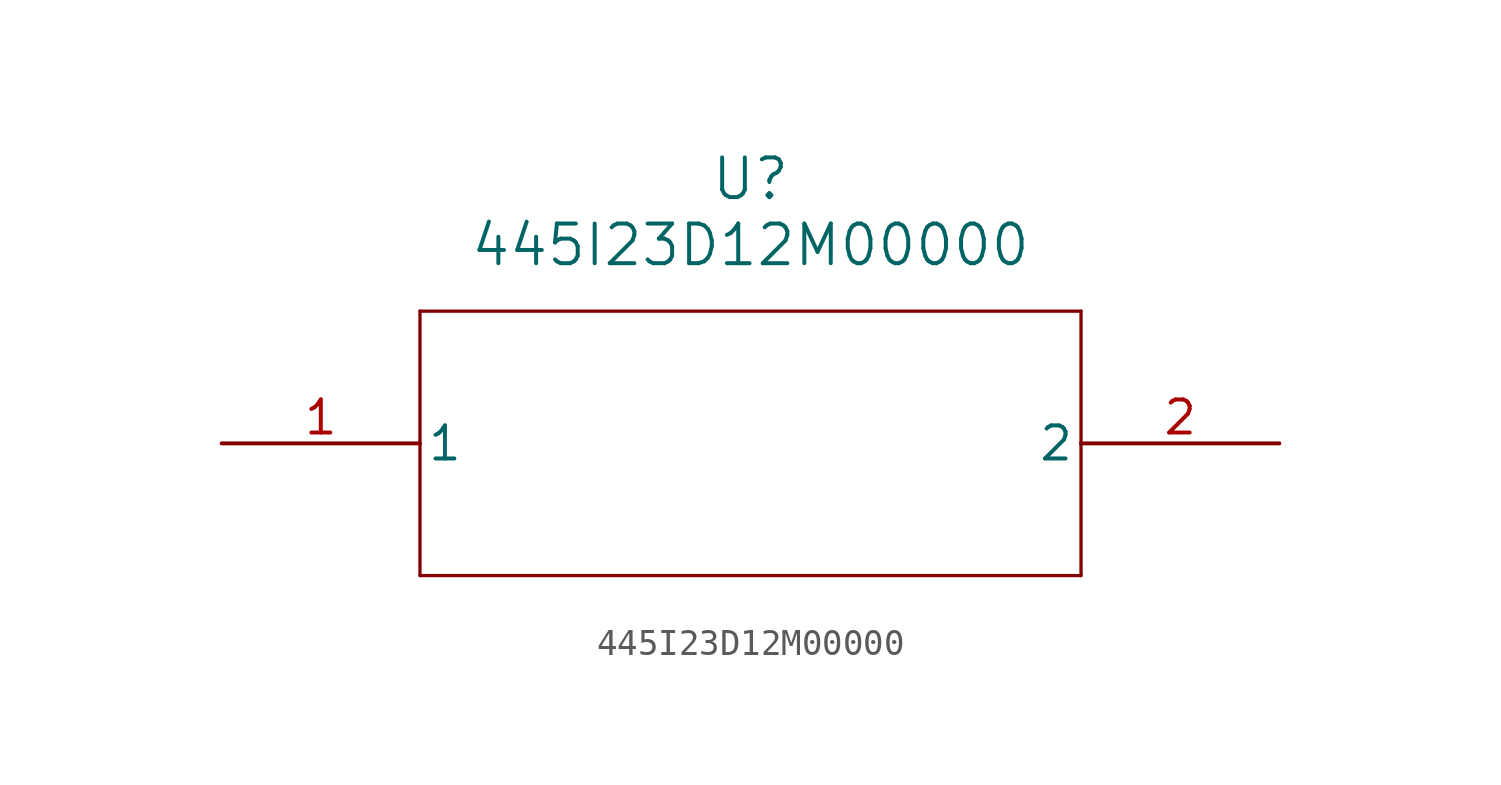
<source format=kicad_sym>
(kicad_symbol_lib
  (version 20211014)
  (generator kicad_symbol_editor)
  (symbol "445I23D12M00000"
    (pin_names
      (offset 0.254))
    (property "Reference" "U"
      (at 20.32 10.16 0)
      (effects (font (size 1.524 1.524))))
    (property "Value" "445I23D12M00000"
      (at 20.32 7.62 0)
      (effects (font (size 1.524 1.524))))
    (symbol "445I23D12M00000_0_1"
      (polyline (pts (xy 7.62 5.08) (xy 7.62 -5.08)) (stroke (width 0.127) (type default) (color 0 0 0 0)) (fill (type none)))
      (polyline (pts (xy 7.62 -5.08) (xy 33.02 -5.08)) (stroke (width 0.127) (type default) (color 0 0 0 0)) (fill (type none)))
      (polyline (pts (xy 33.02 -5.08) (xy 33.02 5.08)) (stroke (width 0.127) (type default) (color 0 0 0 0)) (fill (type none)))
      (polyline (pts (xy 33.02 5.08) (xy 7.62 5.08)) (stroke (width 0.127) (type default) (color 0 0 0 0)) (fill (type none)))
      (pin unspecified line (at 0 0 0) (length 7.62) (name "1" (effects (font (size 1.27 1.27)))) (number "1" (effects (font (size 1.27 1.27)))))
      (pin unspecified line (at 40.64 0 180) (length 7.62) (name "2" (effects (font (size 1.27 1.27)))) (number "2" (effects (font (size 1.27 1.27))))))))
</source>
